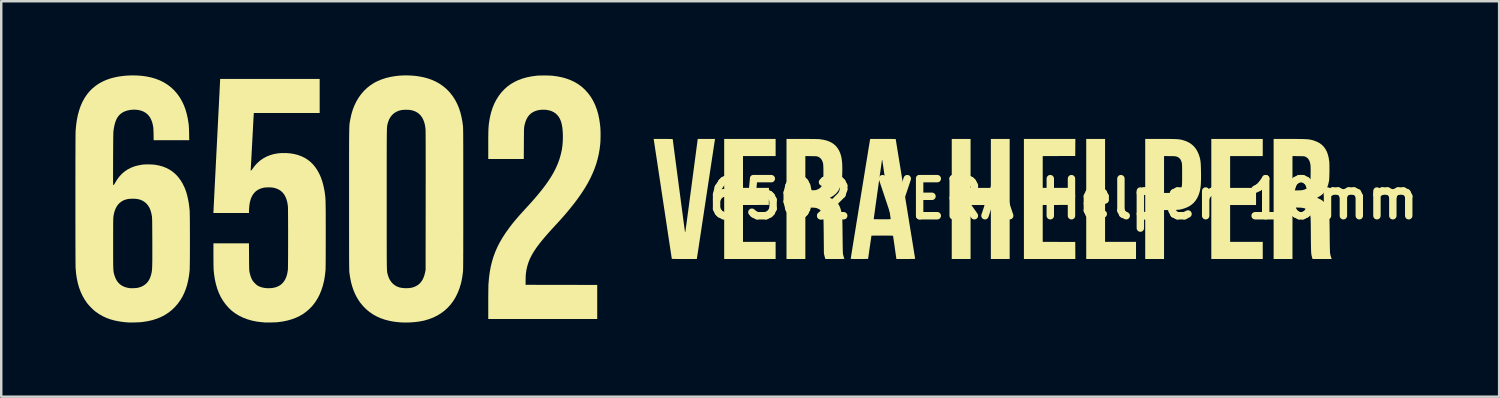
<source format=kicad_pcb>
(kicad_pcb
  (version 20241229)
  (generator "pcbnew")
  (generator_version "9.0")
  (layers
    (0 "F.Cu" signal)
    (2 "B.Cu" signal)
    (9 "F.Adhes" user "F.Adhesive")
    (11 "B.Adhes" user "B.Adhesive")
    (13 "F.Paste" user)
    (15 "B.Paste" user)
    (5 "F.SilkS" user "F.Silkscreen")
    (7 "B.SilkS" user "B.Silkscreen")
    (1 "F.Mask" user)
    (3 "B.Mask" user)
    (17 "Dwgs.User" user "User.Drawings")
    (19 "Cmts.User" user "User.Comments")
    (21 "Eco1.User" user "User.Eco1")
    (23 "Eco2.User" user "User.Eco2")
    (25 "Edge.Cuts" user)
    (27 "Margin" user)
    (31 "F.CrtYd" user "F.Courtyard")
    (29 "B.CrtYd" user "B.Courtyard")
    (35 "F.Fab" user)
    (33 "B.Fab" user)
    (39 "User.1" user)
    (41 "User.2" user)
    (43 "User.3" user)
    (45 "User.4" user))
  (footprint "6502 VERA Helper 10mm"
    (layer "F.Cu")
    (at 39.974 4.999)
    (property "Reference" "6502 VERA Helper 10mm" (at 0 0 0) (layer "F.SilkS") (effects (font (size 1.5 1.5) (thickness 0.3))))
    (attr board_only exclude_from_pos_files exclude_from_bom)
    (fp_poly (pts (xy 1.68 -0.347) (xy 1.68 1.735) (xy 2.306 1.735) (xy 2.932 1.735) (xy 2.932 2.081) (xy 2.932 2.428) (xy 1.925 2.428) (xy 0.918 2.428) (xy 0.918 0) (xy 0.918 -2.428) (xy 1.299 -2.428) (xy 1.68 -2.428)) (stroke (width 0) (type solid)) (fill yes) (layer "F.SilkS"))
    (fp_poly (pts (xy -11.647 -2.081) (xy -11.647 -1.735) (xy -12.307 -1.735) (xy -12.967 -1.735) (xy -12.967 -1.091) (xy -12.967 -0.448) (xy -12.442 -0.448) (xy -11.917 -0.448) (xy -11.919 -0.104) (xy -11.922 0.241) (xy -12.444 0.243) (xy -12.967 0.245) (xy -12.967 0.99) (xy -12.967 1.735) (xy -12.307 1.735) (xy -11.647 1.735) (xy -11.647 2.081) (xy -11.647 2.428) (xy -12.687 2.428) (xy -13.728 2.428) (xy -13.728 0) (xy -13.728 -2.428) (xy -12.687 -2.428) (xy -11.647 -2.428)) (stroke (width 0) (type solid)) (fill yes) (layer "F.SilkS"))
    (fp_poly (pts (xy -3.761 -1.438) (xy -3.761 -0.448) (xy -3.351 -0.448) (xy -2.94 -0.448) (xy -2.94 -1.438) (xy -2.94 -2.428) (xy -2.559 -2.428) (xy -2.179 -2.428) (xy -2.179 0) (xy -2.179 2.428) (xy -2.559 2.428) (xy -2.94 2.428) (xy -2.94 1.337) (xy -2.94 0.245) (xy -3.351 0.245) (xy -3.761 0.245) (xy -3.761 1.337) (xy -3.761 2.428) (xy -4.142 2.428) (xy -4.522 2.428) (xy -4.522 0) (xy -4.522 -2.428) (xy -4.142 -2.428) (xy -3.761 -2.428)) (stroke (width 0) (type solid)) (fill yes) (layer "F.SilkS"))
    (fp_poly (pts (xy 0.476 -2.084) (xy 0.474 -1.739) (xy -0.184 -1.737) (xy -0.842 -1.734) (xy -0.842 -1.091) (xy -0.842 -0.448) (xy -0.317 -0.448) (xy 0.207 -0.448) (xy 0.205 -0.104) (xy 0.203 0.241) (xy -0.319 0.243) (xy -0.842 0.245) (xy -0.842 0.99) (xy -0.842 1.734) (xy -0.184 1.737) (xy 0.474 1.739) (xy 0.476 2.084) (xy 0.478 2.428) (xy -0.563 2.428) (xy -1.603 2.428) (xy -1.603 0) (xy -1.603 -2.428) (xy -0.563 -2.428) (xy 0.478 -2.428)) (stroke (width 0) (type solid)) (fill yes) (layer "F.SilkS"))
    (fp_poly (pts (xy 8.059 -2.081) (xy 8.059 -1.735) (xy 7.399 -1.735) (xy 6.739 -1.735) (xy 6.739 -1.091) (xy 6.739 -0.448) (xy 7.264 -0.448) (xy 7.788 -0.448) (xy 7.788 -0.102) (xy 7.788 0.245) (xy 7.264 0.245) (xy 6.739 0.245) (xy 6.739 0.99) (xy 6.739 1.735) (xy 7.399 1.735) (xy 8.059 1.735) (xy 8.059 2.081) (xy 8.059 2.428) (xy 7.018 2.428) (xy 5.978 2.428) (xy 5.978 0) (xy 5.978 -2.428) (xy 7.018 -2.428) (xy 8.059 -2.428)) (stroke (width 0) (type solid)) (fill yes) (layer "F.SilkS"))
    (fp_poly (pts (xy 4.049 -2.428) (xy 4.163 -2.428) (xy 4.262 -2.428) (xy 4.349 -2.427) (xy 4.424 -2.426) (xy 4.489 -2.424) (xy 4.545 -2.422) (xy 4.594 -2.419) (xy 4.636 -2.416) (xy 4.674 -2.412) (xy 4.708 -2.407) (xy 4.74 -2.401) (xy 4.771 -2.394) (xy 4.803 -2.387) (xy 4.821 -2.382) (xy 4.946 -2.342) (xy 5.06 -2.29) (xy 5.162 -2.225) (xy 5.252 -2.149) (xy 5.331 -2.06) (xy 5.398 -1.958) (xy 5.453 -1.845) (xy 5.483 -1.766) (xy 5.499 -1.715) (xy 5.513 -1.666) (xy 5.524 -1.619) (xy 5.534 -1.57) (xy 5.541 -1.518) (xy 5.547 -1.461) (xy 5.552 -1.396) (xy 5.555 -1.321) (xy 5.558 -1.235) (xy 5.56 -1.135) (xy 5.561 -1.077) (xy 5.562 -0.949) (xy 5.562 -0.835) (xy 5.56 -0.735) (xy 5.557 -0.647) (xy 5.552 -0.568) (xy 5.545 -0.497) (xy 5.536 -0.432) (xy 5.525 -0.372) (xy 5.512 -0.314) (xy 5.499 -0.265) (xy 5.455 -0.139) (xy 5.401 -0.026) (xy 5.334 0.075) (xy 5.257 0.164) (xy 5.167 0.241) (xy 5.065 0.306) (xy 4.951 0.359) (xy 4.825 0.401) (xy 4.709 0.428) (xy 4.681 0.432) (xy 4.649 0.436) (xy 4.612 0.439) (xy 4.566 0.441) (xy 4.51 0.443) (xy 4.442 0.445) (xy 4.359 0.446) (xy 4.347 0.446) (xy 4.066 0.45) (xy 4.066 1.439) (xy 4.066 2.428) (xy 3.685 2.428) (xy 3.304 2.428) (xy 3.304 0) (xy 3.304 -0.99) (xy 4.066 -0.99) (xy 4.066 -0.245) (xy 4.282 -0.245) (xy 4.357 -0.246) (xy 4.416 -0.247) (xy 4.463 -0.248) (xy 4.499 -0.25) (xy 4.527 -0.254) (xy 4.547 -0.258) (xy 4.615 -0.283) (xy 4.673 -0.319) (xy 4.719 -0.365) (xy 4.752 -0.419) (xy 4.762 -0.442) (xy 4.77 -0.463) (xy 4.777 -0.485) (xy 4.783 -0.509) (xy 4.787 -0.536) (xy 4.791 -0.569) (xy 4.793 -0.608) (xy 4.795 -0.656) (xy 4.796 -0.713) (xy 4.797 -0.782) (xy 4.797 -0.865) (xy 4.797 -0.962) (xy 4.797 -0.99) (xy 4.797 -1.087) (xy 4.797 -1.168) (xy 4.797 -1.236) (xy 4.796 -1.291) (xy 4.795 -1.336) (xy 4.794 -1.372) (xy 4.792 -1.4) (xy 4.79 -1.423) (xy 4.788 -1.441) (xy 4.785 -1.457) (xy 4.782 -1.467) (xy 4.759 -1.54) (xy 4.73 -1.598) (xy 4.694 -1.643) (xy 4.65 -1.678) (xy 4.629 -1.69) (xy 4.602 -1.703) (xy 4.577 -1.713) (xy 4.551 -1.721) (xy 4.521 -1.726) (xy 4.485 -1.73) (xy 4.441 -1.733) (xy 4.386 -1.734) (xy 4.318 -1.734) (xy 4.283 -1.734) (xy 4.066 -1.735) (xy 4.066 -0.99) (xy 3.304 -0.99) (xy 3.304 -2.428) (xy 3.92 -2.428)) (stroke (width 0) (type solid)) (fill yes) (layer "F.SilkS"))
    (fp_poly (pts (xy -16.101 -2.428) (xy -16.022 -2.428) (xy -15.958 -2.427) (xy -15.907 -2.427) (xy -15.868 -2.425) (xy -15.84 -2.424) (xy -15.822 -2.422) (xy -15.812 -2.42) (xy -15.81 -2.418) (xy -15.809 -2.408) (xy -15.805 -2.383) (xy -15.8 -2.342) (xy -15.793 -2.288) (xy -15.784 -2.221) (xy -15.774 -2.141) (xy -15.762 -2.05) (xy -15.749 -1.949) (xy -15.734 -1.838) (xy -15.719 -1.719) (xy -15.702 -1.593) (xy -15.685 -1.46) (xy -15.666 -1.321) (xy -15.647 -1.177) (xy -15.628 -1.029) (xy -15.608 -0.879) (xy -15.588 -0.726) (xy -15.568 -0.572) (xy -15.547 -0.419) (xy -15.527 -0.265) (xy -15.507 -0.114) (xy -15.487 0.035) (xy -15.468 0.18) (xy -15.449 0.321) (xy -15.431 0.457) (xy -15.414 0.587) (xy -15.398 0.709) (xy -15.383 0.823) (xy -15.369 0.928) (xy -15.356 1.023) (xy -15.345 1.108) (xy -15.335 1.18) (xy -15.327 1.24) (xy -15.321 1.286) (xy -15.316 1.318) (xy -15.314 1.334) (xy -15.313 1.336) (xy -15.307 1.343) (xy -15.303 1.34) (xy -15.301 1.331) (xy -15.297 1.306) (xy -15.291 1.266) (xy -15.283 1.211) (xy -15.274 1.143) (xy -15.262 1.061) (xy -15.25 0.967) (xy -15.235 0.862) (xy -15.22 0.746) (xy -15.203 0.62) (xy -15.184 0.485) (xy -15.165 0.341) (xy -15.145 0.189) (xy -15.124 0.031) (xy -15.102 -0.134) (xy -15.079 -0.304) (xy -15.056 -0.479) (xy -15.047 -0.548) (xy -14.798 -2.428) (xy -14.448 -2.428) (xy -14.098 -2.428) (xy -14.103 -2.401) (xy -14.105 -2.39) (xy -14.109 -2.364) (xy -14.115 -2.322) (xy -14.124 -2.265) (xy -14.135 -2.194) (xy -14.148 -2.11) (xy -14.162 -2.013) (xy -14.179 -1.904) (xy -14.197 -1.784) (xy -14.217 -1.653) (xy -14.238 -1.513) (xy -14.261 -1.362) (xy -14.285 -1.204) (xy -14.31 -1.037) (xy -14.336 -0.863) (xy -14.364 -0.682) (xy -14.392 -0.496) (xy -14.421 -0.304) (xy -14.451 -0.107) (xy -14.468 0.008) (xy -14.498 0.207) (xy -14.528 0.402) (xy -14.556 0.591) (xy -14.584 0.775) (xy -14.611 0.953) (xy -14.637 1.124) (xy -14.661 1.287) (xy -14.685 1.441) (xy -14.707 1.587) (xy -14.728 1.723) (xy -14.747 1.849) (xy -14.764 1.964) (xy -14.78 2.068) (xy -14.794 2.159) (xy -14.806 2.237) (xy -14.816 2.301) (xy -14.823 2.351) (xy -14.829 2.386) (xy -14.832 2.405) (xy -14.832 2.409) (xy -14.837 2.428) (xy -15.34 2.428) (xy -15.45 2.428) (xy -15.543 2.428) (xy -15.622 2.428) (xy -15.687 2.427) (xy -15.739 2.426) (xy -15.78 2.425) (xy -15.81 2.424) (xy -15.83 2.422) (xy -15.842 2.42) (xy -15.847 2.418) (xy -15.847 2.418) (xy -15.849 2.409) (xy -15.853 2.383) (xy -15.859 2.343) (xy -15.867 2.287) (xy -15.878 2.218) (xy -15.891 2.135) (xy -15.905 2.04) (xy -15.921 1.932) (xy -15.939 1.813) (xy -15.959 1.683) (xy -15.98 1.543) (xy -16.003 1.394) (xy -16.027 1.236) (xy -16.052 1.07) (xy -16.078 0.897) (xy -16.105 0.717) (xy -16.133 0.531) (xy -16.162 0.339) (xy -16.192 0.143) (xy -16.211 0.017) (xy -16.241 -0.182) (xy -16.271 -0.377) (xy -16.299 -0.567) (xy -16.327 -0.752) (xy -16.354 -0.93) (xy -16.38 -1.102) (xy -16.405 -1.266) (xy -16.428 -1.421) (xy -16.45 -1.568) (xy -16.471 -1.705) (xy -16.49 -1.832) (xy -16.508 -1.948) (xy -16.524 -2.052) (xy -16.537 -2.144) (xy -16.549 -2.223) (xy -16.559 -2.288) (xy -16.567 -2.34) (xy -16.573 -2.376) (xy -16.576 -2.396) (xy -16.576 -2.401) (xy -16.581 -2.428) (xy -16.195 -2.428)) (stroke (width 0) (type solid)) (fill yes) (layer "F.SilkS"))
    (fp_poly (pts (xy 9.262 -2.428) (xy 9.383 -2.428) (xy 9.49 -2.427) (xy 9.584 -2.426) (xy 9.666 -2.425) (xy 9.738 -2.422) (xy 9.8 -2.419) (xy 9.855 -2.416) (xy 9.904 -2.411) (xy 9.948 -2.406) (xy 9.987 -2.399) (xy 10.025 -2.391) (xy 10.061 -2.382) (xy 10.097 -2.372) (xy 10.135 -2.36) (xy 10.145 -2.356) (xy 10.258 -2.312) (xy 10.359 -2.258) (xy 10.448 -2.192) (xy 10.525 -2.115) (xy 10.591 -2.027) (xy 10.645 -1.926) (xy 10.689 -1.813) (xy 10.722 -1.687) (xy 10.745 -1.548) (xy 10.75 -1.504) (xy 10.753 -1.462) (xy 10.755 -1.408) (xy 10.757 -1.343) (xy 10.757 -1.271) (xy 10.757 -1.194) (xy 10.757 -1.114) (xy 10.755 -1.035) (xy 10.753 -0.959) (xy 10.751 -0.888) (xy 10.748 -0.825) (xy 10.744 -0.773) (xy 10.74 -0.734) (xy 10.738 -0.723) (xy 10.709 -0.592) (xy 10.668 -0.474) (xy 10.617 -0.369) (xy 10.556 -0.277) (xy 10.483 -0.198) (xy 10.4 -0.132) (xy 10.33 -0.091) (xy 10.3 -0.075) (xy 10.276 -0.061) (xy 10.263 -0.051) (xy 10.261 -0.048) (xy 10.27 -0.042) (xy 10.29 -0.032) (xy 10.318 -0.019) (xy 10.326 -0.016) (xy 10.409 0.024) (xy 10.483 0.075) (xy 10.547 0.137) (xy 10.603 0.211) (xy 10.65 0.297) (xy 10.688 0.396) (xy 10.719 0.51) (xy 10.743 0.638) (xy 10.747 0.663) (xy 10.749 0.684) (xy 10.752 0.71) (xy 10.754 0.742) (xy 10.756 0.781) (xy 10.757 0.829) (xy 10.759 0.885) (xy 10.76 0.953) (xy 10.762 1.031) (xy 10.763 1.123) (xy 10.764 1.228) (xy 10.766 1.349) (xy 10.767 1.447) (xy 10.768 1.591) (xy 10.77 1.721) (xy 10.771 1.836) (xy 10.773 1.936) (xy 10.775 2.02) (xy 10.777 2.088) (xy 10.779 2.141) (xy 10.781 2.177) (xy 10.783 2.195) (xy 10.798 2.274) (xy 10.817 2.343) (xy 10.834 2.39) (xy 10.851 2.428) (xy 10.463 2.428) (xy 10.074 2.428) (xy 10.057 2.371) (xy 10.049 2.345) (xy 10.042 2.321) (xy 10.036 2.297) (xy 10.031 2.273) (xy 10.027 2.247) (xy 10.023 2.219) (xy 10.019 2.186) (xy 10.017 2.147) (xy 10.014 2.102) (xy 10.013 2.049) (xy 10.011 1.986) (xy 10.01 1.914) (xy 10.008 1.829) (xy 10.007 1.732) (xy 10.006 1.621) (xy 10.005 1.494) (xy 10.005 1.455) (xy 10.004 1.327) (xy 10.003 1.215) (xy 10.002 1.117) (xy 10.001 1.033) (xy 10 0.961) (xy 9.999 0.901) (xy 9.997 0.85) (xy 9.996 0.809) (xy 9.995 0.775) (xy 9.993 0.748) (xy 9.991 0.726) (xy 9.989 0.709) (xy 9.986 0.695) (xy 9.985 0.688) (xy 9.967 0.619) (xy 9.947 0.564) (xy 9.924 0.519) (xy 9.896 0.48) (xy 9.866 0.449) (xy 9.83 0.421) (xy 9.793 0.398) (xy 9.75 0.379) (xy 9.7 0.366) (xy 9.64 0.356) (xy 9.569 0.351) (xy 9.485 0.348) (xy 9.432 0.347) (xy 9.261 0.347) (xy 9.261 1.388) (xy 9.261 2.428) (xy 8.88 2.428) (xy 8.499 2.428) (xy 8.499 0) (xy 8.499 -1.041) (xy 9.261 -1.041) (xy 9.261 -0.347) (xy 9.432 -0.347) (xy 9.503 -0.348) (xy 9.567 -0.35) (xy 9.62 -0.353) (xy 9.659 -0.358) (xy 9.667 -0.359) (xy 9.747 -0.38) (xy 9.816 -0.413) (xy 9.873 -0.457) (xy 9.919 -0.514) (xy 9.956 -0.585) (xy 9.977 -0.647) (xy 9.981 -0.671) (xy 9.985 -0.709) (xy 9.988 -0.758) (xy 9.991 -0.818) (xy 9.993 -0.885) (xy 9.995 -0.956) (xy 9.996 -1.03) (xy 9.997 -1.103) (xy 9.997 -1.174) (xy 9.996 -1.24) (xy 9.994 -1.298) (xy 9.992 -1.346) (xy 9.989 -1.382) (xy 9.988 -1.388) (xy 9.969 -1.477) (xy 9.942 -1.552) (xy 9.905 -1.614) (xy 9.859 -1.663) (xy 9.802 -1.7) (xy 9.778 -1.711) (xy 9.763 -1.716) (xy 9.748 -1.721) (xy 9.73 -1.724) (xy 9.709 -1.727) (xy 9.68 -1.729) (xy 9.642 -1.73) (xy 9.593 -1.731) (xy 9.53 -1.732) (xy 9.495 -1.733) (xy 9.261 -1.736) (xy 9.261 -1.041) (xy 8.499 -1.041) (xy 8.499 -2.428) (xy 9.126 -2.428)) (stroke (width 0) (type solid)) (fill yes) (layer "F.SilkS"))
    (fp_poly (pts (xy -10.456 -2.428) (xy -10.34 -2.428) (xy -10.235 -2.427) (xy -10.141 -2.426) (xy -10.059 -2.425) (xy -9.99 -2.424) (xy -9.935 -2.423) (xy -9.895 -2.421) (xy -9.872 -2.419) (xy -9.729 -2.398) (xy -9.599 -2.368) (xy -9.483 -2.327) (xy -9.38 -2.276) (xy -9.289 -2.214) (xy -9.209 -2.142) (xy -9.141 -2.057) (xy -9.083 -1.962) (xy -9.035 -1.854) (xy -9.023 -1.818) (xy -8.999 -1.739) (xy -8.981 -1.655) (xy -8.967 -1.563) (xy -8.957 -1.458) (xy -8.955 -1.437) (xy -8.952 -1.378) (xy -8.95 -1.308) (xy -8.949 -1.231) (xy -8.949 -1.15) (xy -8.951 -1.068) (xy -8.953 -0.988) (xy -8.956 -0.912) (xy -8.959 -0.845) (xy -8.964 -0.788) (xy -8.969 -0.749) (xy -8.994 -0.619) (xy -9.03 -0.501) (xy -9.075 -0.397) (xy -9.123 -0.316) (xy -9.173 -0.254) (xy -9.233 -0.194) (xy -9.3 -0.139) (xy -9.369 -0.094) (xy -9.411 -0.073) (xy -9.436 -0.06) (xy -9.445 -0.049) (xy -9.439 -0.04) (xy -9.423 -0.033) (xy -9.329 0.011) (xy -9.248 0.062) (xy -9.179 0.121) (xy -9.12 0.191) (xy -9.071 0.273) (xy -9.031 0.367) (xy -8.998 0.476) (xy -8.994 0.493) (xy -8.986 0.528) (xy -8.979 0.56) (xy -8.973 0.593) (xy -8.967 0.625) (xy -8.963 0.66) (xy -8.959 0.699) (xy -8.955 0.742) (xy -8.952 0.791) (xy -8.95 0.847) (xy -8.947 0.911) (xy -8.946 0.986) (xy -8.944 1.071) (xy -8.943 1.169) (xy -8.941 1.28) (xy -8.94 1.406) (xy -8.939 1.485) (xy -8.937 1.62) (xy -8.936 1.744) (xy -8.934 1.855) (xy -8.933 1.952) (xy -8.931 2.036) (xy -8.929 2.106) (xy -8.927 2.161) (xy -8.925 2.201) (xy -8.923 2.224) (xy -8.923 2.227) (xy -8.915 2.261) (xy -8.904 2.303) (xy -8.89 2.348) (xy -8.877 2.388) (xy -8.867 2.414) (xy -8.867 2.417) (xy -8.869 2.42) (xy -8.875 2.422) (xy -8.887 2.424) (xy -8.906 2.426) (xy -8.933 2.427) (xy -8.97 2.427) (xy -9.018 2.428) (xy -9.079 2.428) (xy -9.154 2.428) (xy -9.244 2.428) (xy -9.247 2.428) (xy -9.633 2.428) (xy -9.642 2.405) (xy -9.648 2.387) (xy -9.656 2.358) (xy -9.666 2.321) (xy -9.673 2.293) (xy -9.694 2.204) (xy -9.701 1.493) (xy -9.702 1.361) (xy -9.704 1.244) (xy -9.705 1.143) (xy -9.706 1.055) (xy -9.707 0.979) (xy -9.709 0.915) (xy -9.71 0.862) (xy -9.712 0.818) (xy -9.713 0.783) (xy -9.715 0.755) (xy -9.717 0.734) (xy -9.72 0.717) (xy -9.72 0.715) (xy -9.74 0.628) (xy -9.766 0.557) (xy -9.799 0.498) (xy -9.84 0.45) (xy -9.891 0.413) (xy -9.952 0.383) (xy -9.984 0.372) (xy -10.005 0.366) (xy -10.025 0.361) (xy -10.049 0.357) (xy -10.078 0.354) (xy -10.114 0.352) (xy -10.162 0.351) (xy -10.223 0.349) (xy -10.244 0.349) (xy -10.445 0.345) (xy -10.445 1.387) (xy -10.445 2.428) (xy -10.826 2.428) (xy -11.207 2.428) (xy -11.207 0) (xy -11.207 -1.04) (xy -10.445 -1.04) (xy -10.445 -0.345) (xy -10.244 -0.349) (xy -10.175 -0.351) (xy -10.12 -0.353) (xy -10.078 -0.355) (xy -10.045 -0.358) (xy -10.02 -0.362) (xy -10 -0.367) (xy -9.997 -0.368) (xy -9.922 -0.398) (xy -9.86 -0.437) (xy -9.81 -0.486) (xy -9.771 -0.547) (xy -9.741 -0.62) (xy -9.728 -0.669) (xy -9.724 -0.688) (xy -9.721 -0.71) (xy -9.719 -0.736) (xy -9.717 -0.768) (xy -9.716 -0.808) (xy -9.715 -0.858) (xy -9.714 -0.92) (xy -9.714 -0.996) (xy -9.714 -1.049) (xy -9.714 -1.143) (xy -9.715 -1.222) (xy -9.716 -1.289) (xy -9.719 -1.343) (xy -9.722 -1.389) (xy -9.727 -1.428) (xy -9.734 -1.461) (xy -9.742 -1.491) (xy -9.753 -1.519) (xy -9.765 -1.548) (xy -9.773 -1.563) (xy -9.808 -1.62) (xy -9.854 -1.665) (xy -9.911 -1.7) (xy -9.935 -1.711) (xy -9.951 -1.716) (xy -9.966 -1.721) (xy -9.983 -1.724) (xy -10.005 -1.727) (xy -10.033 -1.729) (xy -10.07 -1.73) (xy -10.118 -1.731) (xy -10.18 -1.732) (xy -10.215 -1.733) (xy -10.445 -1.736) (xy -10.445 -1.04) (xy -11.207 -1.04) (xy -11.207 -2.428) (xy -10.58 -2.428)) (stroke (width 0) (type solid)) (fill yes) (layer "F.SilkS"))
    (fp_poly (pts (xy -20.916 -4.995) (xy -20.841 -4.993) (xy -20.772 -4.991) (xy -20.714 -4.988) (xy -20.675 -4.985) (xy -20.474 -4.958) (xy -20.287 -4.92) (xy -20.111 -4.87) (xy -19.947 -4.81) (xy -19.793 -4.738) (xy -19.65 -4.654) (xy -19.515 -4.558) (xy -19.494 -4.541) (xy -19.463 -4.515) (xy -19.425 -4.48) (xy -19.384 -4.441) (xy -19.344 -4.401) (xy -19.333 -4.39) (xy -19.218 -4.259) (xy -19.115 -4.116) (xy -19.024 -3.961) (xy -18.945 -3.794) (xy -18.878 -3.616) (xy -18.823 -3.426) (xy -18.781 -3.223) (xy -18.75 -3.009) (xy -18.737 -2.877) (xy -18.733 -2.805) (xy -18.73 -2.721) (xy -18.729 -2.63) (xy -18.729 -2.536) (xy -18.731 -2.443) (xy -18.733 -2.355) (xy -18.738 -2.276) (xy -18.741 -2.229) (xy -18.766 -2.023) (xy -18.801 -1.821) (xy -18.847 -1.621) (xy -18.903 -1.424) (xy -18.971 -1.228) (xy -19.051 -1.033) (xy -19.143 -0.836) (xy -19.247 -0.639) (xy -19.365 -0.439) (xy -19.496 -0.236) (xy -19.641 -0.028) (xy -19.8 0.184) (xy -19.974 0.402) (xy -20.041 0.482) (xy -20.106 0.56) (xy -20.17 0.635) (xy -20.235 0.71) (xy -20.303 0.786) (xy -20.375 0.867) (xy -20.454 0.954) (xy -20.542 1.049) (xy -20.59 1.101) (xy -20.732 1.256) (xy -20.862 1.401) (xy -20.98 1.537) (xy -21.087 1.664) (xy -21.184 1.785) (xy -21.271 1.898) (xy -21.348 2.007) (xy -21.417 2.11) (xy -21.478 2.21) (xy -21.531 2.306) (xy -21.578 2.401) (xy -21.618 2.495) (xy -21.653 2.588) (xy -21.683 2.682) (xy -21.685 2.689) (xy -21.712 2.795) (xy -21.733 2.899) (xy -21.748 3.006) (xy -21.757 3.12) (xy -21.761 3.245) (xy -21.761 3.287) (xy -21.762 3.473) (xy -20.313 3.475) (xy -18.864 3.478) (xy -18.864 4.167) (xy -18.864 4.857) (xy -21.068 4.857) (xy -23.272 4.857) (xy -23.272 4.207) (xy -23.272 4.1) (xy -23.272 3.996) (xy -23.271 3.895) (xy -23.27 3.799) (xy -23.269 3.711) (xy -23.268 3.632) (xy -23.267 3.563) (xy -23.266 3.506) (xy -23.265 3.462) (xy -23.263 3.435) (xy -23.242 3.192) (xy -23.212 2.962) (xy -23.172 2.743) (xy -23.121 2.534) (xy -23.06 2.331) (xy -22.987 2.135) (xy -22.902 1.941) (xy -22.804 1.75) (xy -22.692 1.559) (xy -22.566 1.366) (xy -22.43 1.176) (xy -22.363 1.088) (xy -22.296 1.001) (xy -22.226 0.915) (xy -22.152 0.826) (xy -22.073 0.734) (xy -21.987 0.636) (xy -21.892 0.531) (xy -21.786 0.416) (xy -21.762 0.389) (xy -21.596 0.208) (xy -21.443 0.036) (xy -21.302 -0.128) (xy -21.173 -0.284) (xy -21.055 -0.433) (xy -20.947 -0.576) (xy -20.85 -0.714) (xy -20.761 -0.848) (xy -20.682 -0.978) (xy -20.61 -1.106) (xy -20.546 -1.232) (xy -20.489 -1.358) (xy -20.438 -1.483) (xy -20.393 -1.61) (xy -20.384 -1.638) (xy -20.334 -1.815) (xy -20.295 -1.991) (xy -20.27 -2.171) (xy -20.256 -2.356) (xy -20.253 -2.55) (xy -20.254 -2.589) (xy -20.261 -2.733) (xy -20.272 -2.862) (xy -20.29 -2.978) (xy -20.313 -3.08) (xy -20.343 -3.171) (xy -20.379 -3.252) (xy -20.422 -3.324) (xy -20.472 -3.387) (xy -20.48 -3.396) (xy -20.553 -3.464) (xy -20.635 -3.518) (xy -20.726 -3.56) (xy -20.827 -3.589) (xy -20.939 -3.606) (xy -20.988 -3.61) (xy -21.109 -3.61) (xy -21.224 -3.597) (xy -21.33 -3.571) (xy -21.427 -3.533) (xy -21.513 -3.483) (xy -21.55 -3.455) (xy -21.617 -3.391) (xy -21.675 -3.317) (xy -21.723 -3.232) (xy -21.763 -3.135) (xy -21.796 -3.023) (xy -21.81 -2.959) (xy -21.814 -2.942) (xy -21.816 -2.925) (xy -21.819 -2.906) (xy -21.821 -2.885) (xy -21.823 -2.86) (xy -21.824 -2.83) (xy -21.826 -2.794) (xy -21.827 -2.749) (xy -21.828 -2.695) (xy -21.828 -2.631) (xy -21.829 -2.556) (xy -21.83 -2.467) (xy -21.831 -2.364) (xy -21.831 -2.245) (xy -21.831 -2.244) (xy -21.835 -1.616) (xy -22.553 -1.616) (xy -23.272 -1.616) (xy -23.272 -2.19) (xy -23.272 -2.317) (xy -23.272 -2.429) (xy -23.271 -2.527) (xy -23.27 -2.614) (xy -23.269 -2.689) (xy -23.267 -2.756) (xy -23.265 -2.815) (xy -23.262 -2.869) (xy -23.259 -2.919) (xy -23.255 -2.966) (xy -23.25 -3.013) (xy -23.244 -3.06) (xy -23.238 -3.109) (xy -23.203 -3.313) (xy -23.156 -3.507) (xy -23.096 -3.691) (xy -23.025 -3.863) (xy -22.941 -4.025) (xy -22.845 -4.175) (xy -22.738 -4.314) (xy -22.619 -4.44) (xy -22.489 -4.555) (xy -22.358 -4.65) (xy -22.216 -4.734) (xy -22.063 -4.806) (xy -21.898 -4.868) (xy -21.721 -4.918) (xy -21.532 -4.957) (xy -21.33 -4.985) (xy -21.326 -4.985) (xy -21.28 -4.989) (xy -21.221 -4.992) (xy -21.151 -4.994) (xy -21.075 -4.995) (xy -20.995 -4.995)) (stroke (width 0) (type solid)) (fill yes) (layer "F.SilkS"))
    (fp_poly (pts (xy -7.214 -2.428) (xy -7.128 -2.428) (xy -7.048 -2.428) (xy -6.976 -2.428) (xy -6.914 -2.427) (xy -6.863 -2.427) (xy -6.824 -2.426) (xy -6.799 -2.426) (xy -6.79 -2.425) (xy -6.79 -2.425) (xy -6.79 -2.425) (xy -6.79 -2.424) (xy -6.79 -2.423) (xy -6.789 -2.42) (xy -6.788 -2.415) (xy -6.787 -2.407) (xy -6.786 -2.396) (xy -6.783 -2.382) (xy -6.78 -2.364) (xy -6.777 -2.341) (xy -6.772 -2.313) (xy -6.767 -2.28) (xy -6.76 -2.24) (xy -6.753 -2.193) (xy -6.744 -2.14) (xy -6.734 -2.078) (xy -6.723 -2.009) (xy -6.71 -1.93) (xy -6.696 -1.843) (xy -6.68 -1.745) (xy -6.662 -1.637) (xy -6.643 -1.518) (xy -6.622 -1.388) (xy -6.598 -1.246) (xy -6.573 -1.091) (xy -6.546 -0.923) (xy -6.517 -0.742) (xy -6.485 -0.547) (xy -6.451 -0.337) (xy -6.414 -0.112) (xy -6.375 0.128) (xy -6.333 0.385) (xy -6.329 0.409) (xy -6.3 0.591) (xy -6.271 0.768) (xy -6.243 0.941) (xy -6.216 1.107) (xy -6.19 1.267) (xy -6.165 1.42) (xy -6.141 1.564) (xy -6.119 1.7) (xy -6.099 1.827) (xy -6.08 1.943) (xy -6.063 2.049) (xy -6.048 2.143) (xy -6.035 2.224) (xy -6.024 2.292) (xy -6.015 2.347) (xy -6.008 2.387) (xy -6.004 2.412) (xy -6.003 2.42) (xy -6.011 2.422) (xy -6.035 2.424) (xy -6.074 2.425) (xy -6.126 2.427) (xy -6.19 2.427) (xy -6.266 2.428) (xy -6.351 2.428) (xy -6.382 2.428) (xy -6.762 2.428) (xy -6.828 1.965) (xy -6.84 1.878) (xy -6.852 1.796) (xy -6.863 1.721) (xy -6.873 1.654) (xy -6.881 1.596) (xy -6.888 1.549) (xy -6.894 1.515) (xy -6.897 1.496) (xy -6.898 1.491) (xy -6.902 1.489) (xy -6.914 1.487) (xy -6.935 1.485) (xy -6.965 1.484) (xy -7.006 1.483) (xy -7.06 1.482) (xy -7.126 1.481) (xy -7.207 1.481) (xy -7.303 1.481) (xy -7.337 1.481) (xy -7.421 1.481) (xy -7.499 1.481) (xy -7.571 1.481) (xy -7.634 1.482) (xy -7.687 1.483) (xy -7.729 1.484) (xy -7.757 1.484) (xy -7.771 1.485) (xy -7.771 1.486) (xy -7.773 1.495) (xy -7.776 1.519) (xy -7.781 1.557) (xy -7.789 1.607) (xy -7.797 1.668) (xy -7.808 1.738) (xy -7.819 1.815) (xy -7.831 1.899) (xy -7.839 1.954) (xy -7.852 2.041) (xy -7.864 2.123) (xy -7.874 2.197) (xy -7.884 2.264) (xy -7.892 2.321) (xy -7.899 2.367) (xy -7.904 2.4) (xy -7.906 2.419) (xy -7.907 2.423) (xy -7.915 2.424) (xy -7.938 2.425) (xy -7.975 2.426) (xy -8.023 2.427) (xy -8.082 2.428) (xy -8.148 2.428) (xy -8.221 2.428) (xy -8.258 2.428) (xy -8.345 2.428) (xy -8.416 2.428) (xy -8.473 2.428) (xy -8.518 2.427) (xy -8.552 2.426) (xy -8.576 2.425) (xy -8.592 2.423) (xy -8.602 2.421) (xy -8.607 2.418) (xy -8.609 2.415) (xy -8.609 2.414) (xy -8.608 2.405) (xy -8.604 2.38) (xy -8.597 2.34) (xy -8.589 2.285) (xy -8.578 2.217) (xy -8.565 2.137) (xy -8.55 2.044) (xy -8.533 1.94) (xy -8.515 1.827) (xy -8.495 1.703) (xy -8.474 1.571) (xy -8.451 1.432) (xy -8.427 1.285) (xy -8.402 1.132) (xy -8.377 0.973) (xy -8.351 0.815) (xy -7.678 0.815) (xy -7.67 0.817) (xy -7.647 0.818) (xy -7.61 0.819) (xy -7.562 0.819) (xy -7.504 0.82) (xy -7.438 0.82) (xy -7.366 0.821) (xy -7.336 0.821) (xy -7.25 0.821) (xy -7.181 0.821) (xy -7.125 0.82) (xy -7.081 0.82) (xy -7.048 0.819) (xy -7.025 0.817) (xy -7.009 0.816) (xy -7 0.813) (xy -6.995 0.811) (xy -6.993 0.807) (xy -6.993 0.806) (xy -6.995 0.794) (xy -6.998 0.767) (xy -7.004 0.726) (xy -7.011 0.671) (xy -7.02 0.605) (xy -7.031 0.528) (xy -7.043 0.441) (xy -7.057 0.346) (xy -7.071 0.243) (xy -7.086 0.134) (xy -7.103 0.02) (xy -7.119 -0.097) (xy -7.136 -0.218) (xy -7.154 -0.34) (xy -7.171 -0.462) (xy -7.189 -0.584) (xy -7.206 -0.704) (xy -7.223 -0.821) (xy -7.239 -0.934) (xy -7.255 -1.041) (xy -7.269 -1.142) (xy -7.283 -1.236) (xy -7.295 -1.32) (xy -7.306 -1.395) (xy -7.316 -1.459) (xy -7.323 -1.51) (xy -7.329 -1.548) (xy -7.333 -1.572) (xy -7.334 -1.579) (xy -7.343 -1.582) (xy -7.344 -1.581) (xy -7.345 -1.573) (xy -7.349 -1.549) (xy -7.354 -1.51) (xy -7.362 -1.458) (xy -7.371 -1.394) (xy -7.381 -1.319) (xy -7.393 -1.234) (xy -7.407 -1.14) (xy -7.421 -1.039) (xy -7.436 -0.931) (xy -7.452 -0.818) (xy -7.468 -0.701) (xy -7.485 -0.581) (xy -7.502 -0.459) (xy -7.519 -0.336) (xy -7.537 -0.214) (xy -7.553 -0.093) (xy -7.57 0.025) (xy -7.586 0.139) (xy -7.601 0.248) (xy -7.615 0.351) (xy -7.628 0.447) (xy -7.64 0.534) (xy -7.651 0.612) (xy -7.66 0.678) (xy -7.668 0.733) (xy -7.673 0.775) (xy -7.677 0.803) (xy -7.678 0.815) (xy -7.678 0.815) (xy -8.351 0.815) (xy -8.35 0.81) (xy -8.323 0.644) (xy -8.296 0.474) (xy -8.268 0.302) (xy -8.24 0.128) (xy -8.211 -0.046) (xy -8.183 -0.22) (xy -8.155 -0.392) (xy -8.127 -0.563) (xy -8.1 -0.732) (xy -8.073 -0.896) (xy -8.047 -1.057) (xy -8.022 -1.213) (xy -7.998 -1.362) (xy -7.974 -1.505) (xy -7.952 -1.641) (xy -7.931 -1.768) (xy -7.912 -1.886) (xy -7.895 -1.994) (xy -7.879 -2.092) (xy -7.864 -2.178) (xy -7.852 -2.252) (xy -7.842 -2.312) (xy -7.835 -2.359) (xy -7.829 -2.391) (xy -7.827 -2.407) (xy -7.826 -2.409) (xy -7.822 -2.428) (xy -7.306 -2.428)) (stroke (width 0) (type solid)) (fill yes) (layer "F.SilkS"))
    (fp_poly (pts (xy -30.092 -4.167) (xy -30.092 -3.477) (xy -31.423 -3.477) (xy -32.755 -3.477) (xy -32.761 -3.408) (xy -32.762 -3.39) (xy -32.764 -3.357) (xy -32.766 -3.31) (xy -32.77 -3.248) (xy -32.774 -3.175) (xy -32.779 -3.09) (xy -32.784 -2.994) (xy -32.789 -2.89) (xy -32.795 -2.778) (xy -32.802 -2.659) (xy -32.808 -2.534) (xy -32.815 -2.405) (xy -32.82 -2.31) (xy -32.827 -2.178) (xy -32.834 -2.05) (xy -32.841 -1.927) (xy -32.847 -1.81) (xy -32.853 -1.701) (xy -32.858 -1.599) (xy -32.863 -1.507) (xy -32.868 -1.425) (xy -32.872 -1.356) (xy -32.875 -1.298) (xy -32.877 -1.255) (xy -32.879 -1.227) (xy -32.88 -1.216) (xy -32.882 -1.183) (xy -32.882 -1.164) (xy -32.879 -1.154) (xy -32.873 -1.151) (xy -32.869 -1.151) (xy -32.856 -1.158) (xy -32.836 -1.18) (xy -32.811 -1.216) (xy -32.808 -1.22) (xy -32.716 -1.344) (xy -32.613 -1.456) (xy -32.5 -1.555) (xy -32.377 -1.64) (xy -32.245 -1.712) (xy -32.104 -1.77) (xy -31.955 -1.814) (xy -31.797 -1.843) (xy -31.633 -1.858) (xy -31.461 -1.858) (xy -31.459 -1.858) (xy -31.287 -1.845) (xy -31.125 -1.819) (xy -30.975 -1.78) (xy -30.833 -1.729) (xy -30.701 -1.665) (xy -30.602 -1.605) (xy -30.486 -1.518) (xy -30.379 -1.416) (xy -30.281 -1.301) (xy -30.193 -1.173) (xy -30.114 -1.031) (xy -30.045 -0.877) (xy -29.986 -0.71) (xy -29.938 -0.532) (xy -29.899 -0.342) (xy -29.888 -0.272) (xy -29.883 -0.236) (xy -29.878 -0.201) (xy -29.874 -0.168) (xy -29.87 -0.135) (xy -29.866 -0.101) (xy -29.863 -0.065) (xy -29.86 -0.027) (xy -29.858 0.014) (xy -29.855 0.06) (xy -29.854 0.111) (xy -29.852 0.169) (xy -29.851 0.233) (xy -29.85 0.306) (xy -29.849 0.387) (xy -29.848 0.478) (xy -29.847 0.58) (xy -29.847 0.693) (xy -29.847 0.819) (xy -29.847 0.958) (xy -29.846 1.111) (xy -29.846 1.28) (xy -29.846 1.447) (xy -29.846 1.641) (xy -29.847 1.822) (xy -29.847 1.99) (xy -29.847 2.145) (xy -29.848 2.287) (xy -29.848 2.414) (xy -29.849 2.527) (xy -29.85 2.626) (xy -29.851 2.709) (xy -29.852 2.777) (xy -29.853 2.828) (xy -29.854 2.864) (xy -29.855 2.877) (xy -29.879 3.097) (xy -29.914 3.306) (xy -29.962 3.503) (xy -30.022 3.689) (xy -30.094 3.863) (xy -30.177 4.025) (xy -30.273 4.176) (xy -30.38 4.314) (xy -30.499 4.441) (xy -30.63 4.555) (xy -30.76 4.65) (xy -30.902 4.733) (xy -31.056 4.806) (xy -31.222 4.868) (xy -31.399 4.918) (xy -31.586 4.957) (xy -31.78 4.983) (xy -31.813 4.986) (xy -31.858 4.989) (xy -31.913 4.991) (xy -31.974 4.993) (xy -32.038 4.995) (xy -32.102 4.996) (xy -32.162 4.997) (xy -32.217 4.997) (xy -32.261 4.997) (xy -32.293 4.996) (xy -32.3 4.996) (xy -32.377 4.989) (xy -32.44 4.983) (xy -32.492 4.978) (xy -32.536 4.973) (xy -32.573 4.969) (xy -32.608 4.964) (xy -32.643 4.958) (xy -32.651 4.957) (xy -32.842 4.918) (xy -33.023 4.865) (xy -33.194 4.8) (xy -33.353 4.722) (xy -33.502 4.632) (xy -33.624 4.541) (xy -33.655 4.515) (xy -33.694 4.48) (xy -33.735 4.441) (xy -33.775 4.401) (xy -33.785 4.39) (xy -33.899 4.26) (xy -34.001 4.119) (xy -34.092 3.967) (xy -34.17 3.803) (xy -34.237 3.627) (xy -34.291 3.439) (xy -34.335 3.24) (xy -34.366 3.028) (xy -34.381 2.873) (xy -34.383 2.844) (xy -34.384 2.8) (xy -34.386 2.743) (xy -34.387 2.675) (xy -34.388 2.598) (xy -34.389 2.514) (xy -34.389 2.425) (xy -34.39 2.333) (xy -34.39 2.279) (xy -34.39 1.794) (xy -33.671 1.794) (xy -32.953 1.794) (xy -32.949 2.333) (xy -32.949 2.445) (xy -32.948 2.541) (xy -32.947 2.623) (xy -32.946 2.692) (xy -32.945 2.75) (xy -32.944 2.798) (xy -32.943 2.837) (xy -32.941 2.87) (xy -32.939 2.896) (xy -32.936 2.919) (xy -32.934 2.938) (xy -32.931 2.953) (xy -32.914 3.028) (xy -32.892 3.104) (xy -32.866 3.178) (xy -32.839 3.243) (xy -32.822 3.274) (xy -32.793 3.319) (xy -32.754 3.367) (xy -32.709 3.415) (xy -32.662 3.459) (xy -32.617 3.495) (xy -32.594 3.51) (xy -32.512 3.55) (xy -32.419 3.58) (xy -32.318 3.6) (xy -32.212 3.61) (xy -32.104 3.61) (xy -31.997 3.6) (xy -31.894 3.578) (xy -31.858 3.568) (xy -31.762 3.529) (xy -31.676 3.477) (xy -31.6 3.411) (xy -31.535 3.333) (xy -31.48 3.241) (xy -31.436 3.136) (xy -31.403 3.019) (xy -31.381 2.889) (xy -31.378 2.867) (xy -31.377 2.847) (xy -31.376 2.811) (xy -31.375 2.761) (xy -31.374 2.697) (xy -31.373 2.622) (xy -31.372 2.535) (xy -31.371 2.439) (xy -31.371 2.334) (xy -31.37 2.222) (xy -31.37 2.104) (xy -31.37 1.981) (xy -31.369 1.854) (xy -31.369 1.724) (xy -31.369 1.593) (xy -31.369 1.462) (xy -31.369 1.333) (xy -31.369 1.205) (xy -31.37 1.08) (xy -31.37 0.961) (xy -31.371 0.847) (xy -31.371 0.74) (xy -31.372 0.641) (xy -31.373 0.552) (xy -31.373 0.473) (xy -31.374 0.406) (xy -31.375 0.352) (xy -31.376 0.312) (xy -31.378 0.288) (xy -31.378 0.284) (xy -31.399 0.15) (xy -31.43 0.03) (xy -31.471 -0.077) (xy -31.522 -0.171) (xy -31.584 -0.252) (xy -31.656 -0.32) (xy -31.739 -0.376) (xy -31.833 -0.419) (xy -31.938 -0.451) (xy -31.953 -0.454) (xy -32.011 -0.463) (xy -32.081 -0.468) (xy -32.157 -0.47) (xy -32.233 -0.468) (xy -32.306 -0.463) (xy -32.369 -0.453) (xy -32.385 -0.45) (xy -32.489 -0.418) (xy -32.583 -0.374) (xy -32.666 -0.318) (xy -32.738 -0.248) (xy -32.8 -0.166) (xy -32.851 -0.071) (xy -32.891 0.037) (xy -32.921 0.159) (xy -32.94 0.293) (xy -32.949 0.421) (xy -32.954 0.567) (xy -33.672 0.567) (xy -34.39 0.567) (xy -34.39 0.535) (xy -34.389 0.524) (xy -34.388 0.497) (xy -34.386 0.454) (xy -34.383 0.397) (xy -34.38 0.325) (xy -34.375 0.239) (xy -34.37 0.14) (xy -34.365 0.029) (xy -34.359 -0.093) (xy -34.352 -0.227) (xy -34.345 -0.371) (xy -34.337 -0.525) (xy -34.329 -0.688) (xy -34.32 -0.86) (xy -34.311 -1.039) (xy -34.301 -1.226) (xy -34.292 -1.419) (xy -34.281 -1.617) (xy -34.271 -1.822) (xy -34.26 -2.03) (xy -34.254 -2.145) (xy -34.244 -2.355) (xy -34.233 -2.562) (xy -34.223 -2.764) (xy -34.213 -2.96) (xy -34.203 -3.15) (xy -34.194 -3.333) (xy -34.185 -3.509) (xy -34.176 -3.677) (xy -34.168 -3.836) (xy -34.161 -3.985) (xy -34.154 -4.125) (xy -34.147 -4.254) (xy -34.141 -4.371) (xy -34.136 -4.477) (xy -34.131 -4.569) (xy -34.128 -4.649) (xy -34.124 -4.714) (xy -34.122 -4.765) (xy -34.12 -4.801) (xy -34.119 -4.821) (xy -34.119 -4.825) (xy -34.119 -4.857) (xy -32.105 -4.857) (xy -30.092 -4.857)) (stroke (width 0) (type solid)) (fill yes) (layer "F.SilkS"))
    (fp_poly (pts (xy -26.462 -4.997) (xy -26.258 -4.983) (xy -26.119 -4.966) (xy -25.921 -4.93) (xy -25.733 -4.882) (xy -25.556 -4.82) (xy -25.391 -4.746) (xy -25.236 -4.658) (xy -25.092 -4.558) (xy -24.959 -4.445) (xy -24.837 -4.319) (xy -24.726 -4.18) (xy -24.692 -4.132) (xy -24.604 -3.991) (xy -24.527 -3.842) (xy -24.46 -3.683) (xy -24.404 -3.514) (xy -24.358 -3.334) (xy -24.321 -3.141) (xy -24.299 -2.978) (xy -24.297 -2.966) (xy -24.296 -2.952) (xy -24.295 -2.938) (xy -24.293 -2.921) (xy -24.292 -2.903) (xy -24.291 -2.881) (xy -24.29 -2.856) (xy -24.29 -2.827) (xy -24.289 -2.793) (xy -24.288 -2.754) (xy -24.287 -2.709) (xy -24.287 -2.658) (xy -24.286 -2.6) (xy -24.286 -2.535) (xy -24.285 -2.462) (xy -24.285 -2.381) (xy -24.285 -2.29) (xy -24.284 -2.19) (xy -24.284 -2.079) (xy -24.284 -1.958) (xy -24.284 -1.825) (xy -24.284 -1.681) (xy -24.283 -1.524) (xy -24.283 -1.355) (xy -24.283 -1.171) (xy -24.283 -0.974) (xy -24.283 -0.762) (xy -24.283 -0.535) (xy -24.283 -0.292) (xy -24.283 -0.033) (xy -24.283 0) (xy -24.283 0.261) (xy -24.283 0.506) (xy -24.283 0.735) (xy -24.283 0.949) (xy -24.283 1.148) (xy -24.283 1.333) (xy -24.283 1.504) (xy -24.284 1.662) (xy -24.284 1.808) (xy -24.284 1.942) (xy -24.284 2.065) (xy -24.284 2.176) (xy -24.285 2.278) (xy -24.285 2.37) (xy -24.285 2.452) (xy -24.286 2.527) (xy -24.286 2.593) (xy -24.287 2.651) (xy -24.287 2.703) (xy -24.288 2.749) (xy -24.289 2.788) (xy -24.29 2.823) (xy -24.29 2.853) (xy -24.291 2.878) (xy -24.292 2.9) (xy -24.293 2.919) (xy -24.294 2.936) (xy -24.296 2.951) (xy -24.297 2.964) (xy -24.298 2.977) (xy -24.299 2.978) (xy -24.315 3.099) (xy -24.334 3.216) (xy -24.355 3.325) (xy -24.378 3.423) (xy -24.38 3.431) (xy -24.438 3.621) (xy -24.509 3.8) (xy -24.591 3.967) (xy -24.685 4.122) (xy -24.791 4.265) (xy -24.908 4.395) (xy -25.037 4.514) (xy -25.177 4.619) (xy -25.327 4.712) (xy -25.489 4.792) (xy -25.661 4.859) (xy -25.843 4.913) (xy -25.905 4.928) (xy -26.069 4.959) (xy -26.244 4.981) (xy -26.426 4.994) (xy -26.61 4.999) (xy -26.792 4.994) (xy -26.836 4.991) (xy -27.046 4.97) (xy -27.245 4.936) (xy -27.433 4.889) (xy -27.611 4.829) (xy -27.778 4.756) (xy -27.934 4.669) (xy -28.079 4.57) (xy -28.214 4.458) (xy -28.337 4.333) (xy -28.45 4.195) (xy -28.51 4.109) (xy -28.591 3.977) (xy -28.662 3.838) (xy -28.724 3.691) (xy -28.777 3.534) (xy -28.822 3.367) (xy -28.859 3.187) (xy -28.888 2.995) (xy -28.889 2.984) (xy -28.891 2.972) (xy -28.892 2.958) (xy -28.893 2.942) (xy -28.894 2.923) (xy -28.895 2.9) (xy -28.896 2.874) (xy -28.897 2.843) (xy -28.897 2.808) (xy -28.898 2.767) (xy -28.899 2.719) (xy -28.899 2.665) (xy -28.9 2.604) (xy -28.9 2.536) (xy -28.901 2.459) (xy -28.901 2.373) (xy -28.901 2.277) (xy -28.902 2.172) (xy -28.902 2.057) (xy -28.902 1.93) (xy -28.902 1.792) (xy -28.902 1.642) (xy -28.903 1.479) (xy -28.903 1.302) (xy -28.903 1.113) (xy -28.903 0.908) (xy -28.903 0.689) (xy -28.903 0.455) (xy -28.903 0.204) (xy -28.903 0) (xy -28.903 -0.265) (xy -28.903 -0.513) (xy -28.903 -0.62) (xy -27.38 -0.62) (xy -27.38 -0.381) (xy -27.38 -0.126) (xy -27.38 0) (xy -27.38 0.263) (xy -27.38 0.509) (xy -27.38 0.739) (xy -27.38 0.955) (xy -27.38 1.155) (xy -27.38 1.341) (xy -27.38 1.514) (xy -27.38 1.674) (xy -27.379 1.821) (xy -27.379 1.956) (xy -27.379 2.08) (xy -27.379 2.193) (xy -27.378 2.296) (xy -27.378 2.389) (xy -27.377 2.472) (xy -27.376 2.548) (xy -27.376 2.615) (xy -27.375 2.674) (xy -27.374 2.727) (xy -27.372 2.773) (xy -27.371 2.813) (xy -27.37 2.848) (xy -27.368 2.879) (xy -27.367 2.905) (xy -27.365 2.927) (xy -27.363 2.946) (xy -27.361 2.963) (xy -27.358 2.978) (xy -27.356 2.991) (xy -27.353 3.004) (xy -27.35 3.016) (xy -27.347 3.028) (xy -27.343 3.041) (xy -27.342 3.048) (xy -27.307 3.16) (xy -27.26 3.261) (xy -27.202 3.35) (xy -27.133 3.427) (xy -27.054 3.49) (xy -26.966 3.541) (xy -26.868 3.577) (xy -26.86 3.579) (xy -26.778 3.596) (xy -26.687 3.606) (xy -26.591 3.61) (xy -26.496 3.606) (xy -26.407 3.596) (xy -26.365 3.588) (xy -26.32 3.576) (xy -26.271 3.558) (xy -26.224 3.539) (xy -26.212 3.534) (xy -26.128 3.486) (xy -26.055 3.428) (xy -25.991 3.358) (xy -25.936 3.277) (xy -25.891 3.183) (xy -25.853 3.075) (xy -25.825 2.959) (xy -25.807 2.873) (xy -25.804 0.072) (xy -25.804 -0.226) (xy -25.804 -0.507) (xy -25.803 -0.771) (xy -25.803 -1.019) (xy -25.803 -1.25) (xy -25.803 -1.465) (xy -25.804 -1.663) (xy -25.804 -1.846) (xy -25.804 -2.013) (xy -25.804 -2.164) (xy -25.805 -2.299) (xy -25.805 -2.418) (xy -25.806 -2.522) (xy -25.806 -2.611) (xy -25.807 -2.685) (xy -25.808 -2.743) (xy -25.809 -2.786) (xy -25.809 -2.815) (xy -25.81 -2.826) (xy -25.828 -2.963) (xy -25.857 -3.086) (xy -25.897 -3.197) (xy -25.947 -3.294) (xy -26.009 -3.379) (xy -26.08 -3.45) (xy -26.163 -3.509) (xy -26.256 -3.554) (xy -26.361 -3.587) (xy -26.369 -3.589) (xy -26.428 -3.599) (xy -26.498 -3.606) (xy -26.574 -3.609) (xy -26.65 -3.608) (xy -26.722 -3.604) (xy -26.785 -3.596) (xy -26.8 -3.593) (xy -26.908 -3.563) (xy -27.005 -3.519) (xy -27.091 -3.462) (xy -27.166 -3.393) (xy -27.23 -3.311) (xy -27.283 -3.217) (xy -27.324 -3.11) (xy -27.342 -3.048) (xy -27.345 -3.034) (xy -27.348 -3.022) (xy -27.352 -3.009) (xy -27.354 -2.997) (xy -27.357 -2.984) (xy -27.359 -2.97) (xy -27.362 -2.955) (xy -27.364 -2.937) (xy -27.366 -2.916) (xy -27.367 -2.891) (xy -27.369 -2.863) (xy -27.371 -2.831) (xy -27.372 -2.793) (xy -27.373 -2.749) (xy -27.374 -2.7) (xy -27.375 -2.644) (xy -27.376 -2.58) (xy -27.377 -2.509) (xy -27.377 -2.429) (xy -27.378 -2.341) (xy -27.378 -2.243) (xy -27.379 -2.135) (xy -27.379 -2.016) (xy -27.379 -1.886) (xy -27.38 -1.745) (xy -27.38 -1.591) (xy -27.38 -1.425) (xy -27.38 -1.245) (xy -27.38 -1.051) (xy -27.38 -0.843) (xy -27.38 -0.62) (xy -28.903 -0.62) (xy -28.903 -0.746) (xy -28.903 -0.964) (xy -28.903 -1.166) (xy -28.903 -1.355) (xy -28.903 -1.53) (xy -28.903 -1.693) (xy -28.903 -1.843) (xy -28.902 -1.981) (xy -28.902 -2.107) (xy -28.902 -2.223) (xy -28.901 -2.329) (xy -28.901 -2.425) (xy -28.9 -2.513) (xy -28.899 -2.591) (xy -28.898 -2.662) (xy -28.897 -2.726) (xy -28.896 -2.783) (xy -28.895 -2.833) (xy -28.893 -2.878) (xy -28.892 -2.918) (xy -28.89 -2.954) (xy -28.888 -2.985) (xy -28.886 -3.014) (xy -28.883 -3.039) (xy -28.881 -3.062) (xy -28.878 -3.083) (xy -28.875 -3.104) (xy -28.871 -3.124) (xy -28.868 -3.143) (xy -28.864 -3.164) (xy -28.86 -3.185) (xy -28.856 -3.208) (xy -28.851 -3.232) (xy -28.809 -3.425) (xy -28.754 -3.61) (xy -28.686 -3.784) (xy -28.606 -3.949) (xy -28.514 -4.103) (xy -28.41 -4.246) (xy -28.295 -4.378) (xy -28.17 -4.497) (xy -28.034 -4.604) (xy -27.888 -4.698) (xy -27.756 -4.766) (xy -27.597 -4.833) (xy -27.426 -4.889) (xy -27.246 -4.934) (xy -27.058 -4.967) (xy -26.863 -4.989) (xy -26.664 -4.999)) (stroke (width 0) (type solid)) (fill yes) (layer "F.SilkS"))
    (fp_poly (pts (xy -37.46 -4.994) (xy -37.269 -4.979) (xy -37.114 -4.957) (xy -36.922 -4.919) (xy -36.741 -4.867) (xy -36.57 -4.802) (xy -36.41 -4.724) (xy -36.261 -4.633) (xy -36.123 -4.53) (xy -35.996 -4.413) (xy -35.879 -4.283) (xy -35.837 -4.229) (xy -35.742 -4.093) (xy -35.659 -3.948) (xy -35.586 -3.794) (xy -35.524 -3.63) (xy -35.473 -3.454) (xy -35.43 -3.266) (xy -35.398 -3.065) (xy -35.392 -3.021) (xy -35.387 -2.965) (xy -35.382 -2.894) (xy -35.378 -2.81) (xy -35.375 -2.713) (xy -35.374 -2.642) (xy -35.369 -2.378) (xy -36.089 -2.378) (xy -36.808 -2.378) (xy -36.812 -2.621) (xy -36.814 -2.715) (xy -36.817 -2.793) (xy -36.82 -2.856) (xy -36.825 -2.905) (xy -36.83 -2.94) (xy -36.857 -3.065) (xy -36.895 -3.177) (xy -36.941 -3.274) (xy -36.998 -3.359) (xy -37.065 -3.432) (xy -37.143 -3.492) (xy -37.232 -3.541) (xy -37.245 -3.547) (xy -37.34 -3.58) (xy -37.444 -3.602) (xy -37.553 -3.612) (xy -37.664 -3.611) (xy -37.775 -3.599) (xy -37.881 -3.576) (xy -37.98 -3.542) (xy -38.029 -3.519) (xy -38.104 -3.474) (xy -38.17 -3.421) (xy -38.228 -3.36) (xy -38.279 -3.288) (xy -38.322 -3.206) (xy -38.358 -3.111) (xy -38.389 -3.004) (xy -38.414 -2.882) (xy -38.435 -2.745) (xy -38.436 -2.737) (xy -38.437 -2.715) (xy -38.439 -2.676) (xy -38.44 -2.621) (xy -38.442 -2.549) (xy -38.443 -2.461) (xy -38.444 -2.358) (xy -38.445 -2.238) (xy -38.446 -2.103) (xy -38.447 -1.952) (xy -38.448 -1.786) (xy -38.449 -1.61) (xy -38.449 -1.455) (xy -38.45 -1.316) (xy -38.45 -1.192) (xy -38.45 -1.082) (xy -38.45 -0.986) (xy -38.451 -0.903) (xy -38.45 -0.831) (xy -38.45 -0.769) (xy -38.45 -0.718) (xy -38.449 -0.676) (xy -38.449 -0.642) (xy -38.448 -0.615) (xy -38.447 -0.595) (xy -38.446 -0.58) (xy -38.444 -0.57) (xy -38.442 -0.564) (xy -38.441 -0.56) (xy -38.438 -0.559) (xy -38.436 -0.558) (xy -38.436 -0.558) (xy -38.426 -0.563) (xy -38.413 -0.578) (xy -38.395 -0.604) (xy -38.372 -0.644) (xy -38.367 -0.653) (xy -38.283 -0.79) (xy -38.191 -0.912) (xy -38.09 -1.02) (xy -37.979 -1.114) (xy -37.859 -1.195) (xy -37.729 -1.262) (xy -37.589 -1.317) (xy -37.437 -1.358) (xy -37.275 -1.387) (xy -37.267 -1.388) (xy -37.212 -1.393) (xy -37.145 -1.397) (xy -37.071 -1.398) (xy -36.992 -1.398) (xy -36.914 -1.396) (xy -36.842 -1.392) (xy -36.779 -1.387) (xy -36.755 -1.384) (xy -36.59 -1.354) (xy -36.437 -1.311) (xy -36.293 -1.254) (xy -36.16 -1.184) (xy -36.036 -1.1) (xy -35.923 -1.003) (xy -35.819 -0.892) (xy -35.725 -0.767) (xy -35.64 -0.629) (xy -35.565 -0.476) (xy -35.533 -0.399) (xy -35.487 -0.27) (xy -35.447 -0.126) (xy -35.412 0.031) (xy -35.383 0.199) (xy -35.361 0.378) (xy -35.353 0.461) (xy -35.351 0.49) (xy -35.349 0.535) (xy -35.348 0.593) (xy -35.347 0.665) (xy -35.345 0.748) (xy -35.344 0.841) (xy -35.343 0.943) (xy -35.343 1.053) (xy -35.342 1.17) (xy -35.342 1.292) (xy -35.341 1.417) (xy -35.341 1.545) (xy -35.341 1.675) (xy -35.341 1.804) (xy -35.341 1.933) (xy -35.341 2.058) (xy -35.342 2.18) (xy -35.342 2.297) (xy -35.343 2.407) (xy -35.344 2.51) (xy -35.345 2.604) (xy -35.346 2.687) (xy -35.348 2.76) (xy -35.349 2.819) (xy -35.351 2.864) (xy -35.352 2.894) (xy -35.353 2.898) (xy -35.378 3.105) (xy -35.413 3.298) (xy -35.456 3.478) (xy -35.509 3.647) (xy -35.572 3.804) (xy -35.644 3.952) (xy -35.726 4.089) (xy -35.831 4.236) (xy -35.946 4.369) (xy -36.072 4.49) (xy -36.207 4.597) (xy -36.353 4.692) (xy -36.51 4.774) (xy -36.678 4.843) (xy -36.857 4.9) (xy -37.047 4.944) (xy -37.249 4.975) (xy -37.284 4.979) (xy -37.325 4.983) (xy -37.38 4.987) (xy -37.443 4.99) (xy -37.513 4.993) (xy -37.584 4.995) (xy -37.654 4.997) (xy -37.719 4.997) (xy -37.777 4.997) (xy -37.822 4.996) (xy -37.842 4.995) (xy -38.042 4.977) (xy -38.229 4.949) (xy -38.404 4.913) (xy -38.568 4.866) (xy -38.721 4.81) (xy -38.866 4.743) (xy -39.003 4.665) (xy -39.133 4.576) (xy -39.188 4.535) (xy -39.24 4.49) (xy -39.298 4.435) (xy -39.359 4.374) (xy -39.417 4.312) (xy -39.47 4.251) (xy -39.506 4.205) (xy -39.603 4.064) (xy -39.688 3.915) (xy -39.761 3.756) (xy -39.824 3.588) (xy -39.875 3.408) (xy -39.916 3.218) (xy -39.946 3.016) (xy -39.965 2.8) (xy -39.965 2.797) (xy -39.966 2.775) (xy -39.967 2.738) (xy -39.968 2.685) (xy -39.968 2.618) (xy -39.969 2.537) (xy -39.97 2.444) (xy -39.97 2.338) (xy -39.971 2.22) (xy -39.971 2.093) (xy -39.972 1.956) (xy -39.972 1.809) (xy -39.972 1.802) (xy -38.447 1.802) (xy -38.447 1.961) (xy -38.447 2.105) (xy -38.447 2.233) (xy -38.447 2.347) (xy -38.446 2.448) (xy -38.446 2.538) (xy -38.445 2.616) (xy -38.444 2.684) (xy -38.442 2.744) (xy -38.441 2.795) (xy -38.439 2.839) (xy -38.436 2.878) (xy -38.433 2.911) (xy -38.43 2.94) (xy -38.426 2.966) (xy -38.421 2.99) (xy -38.416 3.012) (xy -38.41 3.035) (xy -38.404 3.059) (xy -38.396 3.084) (xy -38.396 3.084) (xy -38.357 3.194) (xy -38.307 3.292) (xy -38.246 3.377) (xy -38.174 3.449) (xy -38.091 3.508) (xy -37.999 3.553) (xy -37.896 3.585) (xy -37.842 3.596) (xy -37.81 3.601) (xy -37.783 3.606) (xy -37.767 3.609) (xy -37.766 3.609) (xy -37.747 3.611) (xy -37.715 3.611) (xy -37.673 3.611) (xy -37.627 3.609) (xy -37.578 3.606) (xy -37.531 3.603) (xy -37.49 3.599) (xy -37.458 3.595) (xy -37.448 3.593) (xy -37.339 3.562) (xy -37.242 3.519) (xy -37.157 3.463) (xy -37.083 3.396) (xy -37.019 3.315) (xy -36.967 3.222) (xy -36.926 3.116) (xy -36.895 2.996) (xy -36.894 2.996) (xy -36.889 2.968) (xy -36.884 2.938) (xy -36.88 2.906) (xy -36.876 2.871) (xy -36.873 2.83) (xy -36.87 2.784) (xy -36.868 2.732) (xy -36.866 2.672) (xy -36.865 2.604) (xy -36.863 2.526) (xy -36.862 2.438) (xy -36.862 2.338) (xy -36.862 2.226) (xy -36.862 2.101) (xy -36.862 1.962) (xy -36.862 1.807) (xy -36.863 1.692) (xy -36.863 1.545) (xy -36.864 1.413) (xy -36.865 1.296) (xy -36.865 1.193) (xy -36.866 1.103) (xy -36.867 1.025) (xy -36.867 0.958) (xy -36.868 0.901) (xy -36.869 0.852) (xy -36.871 0.812) (xy -36.872 0.778) (xy -36.874 0.751) (xy -36.875 0.728) (xy -36.877 0.709) (xy -36.879 0.693) (xy -36.88 0.69) (xy -36.904 0.568) (xy -36.935 0.461) (xy -36.974 0.366) (xy -37.022 0.284) (xy -37.078 0.211) (xy -37.115 0.173) (xy -37.186 0.114) (xy -37.262 0.068) (xy -37.345 0.032) (xy -37.437 0.008) (xy -37.539 -0.007) (xy -37.654 -0.011) (xy -37.656 -0.011) (xy -37.769 -0.007) (xy -37.869 0.006) (xy -37.959 0.03) (xy -38.041 0.063) (xy -38.107 0.102) (xy -38.184 0.16) (xy -38.251 0.23) (xy -38.307 0.31) (xy -38.354 0.402) (xy -38.392 0.508) (xy -38.421 0.626) (xy -38.432 0.687) (xy -38.434 0.703) (xy -38.436 0.719) (xy -38.438 0.737) (xy -38.44 0.759) (xy -38.441 0.784) (xy -38.442 0.814) (xy -38.443 0.85) (xy -38.444 0.893) (xy -38.445 0.944) (xy -38.445 1.003) (xy -38.446 1.072) (xy -38.446 1.152) (xy -38.446 1.244) (xy -38.447 1.348) (xy -38.447 1.466) (xy -38.447 1.599) (xy -38.447 1.747) (xy -38.447 1.802) (xy -39.972 1.802) (xy -39.973 1.655) (xy -39.973 1.494) (xy -39.973 1.326) (xy -39.973 1.152) (xy -39.974 0.973) (xy -39.974 0.791) (xy -39.974 0.605) (xy -39.974 0.417) (xy -39.974 0.227) (xy -39.974 0.036) (xy -39.974 -0.154) (xy -39.974 -0.344) (xy -39.974 -0.532) (xy -39.974 -0.718) (xy -39.974 -0.901) (xy -39.973 -1.08) (xy -39.973 -1.254) (xy -39.973 -1.422) (xy -39.973 -1.584) (xy -39.972 -1.739) (xy -39.972 -1.885) (xy -39.971 -2.023) (xy -39.971 -2.151) (xy -39.97 -2.269) (xy -39.97 -2.376) (xy -39.969 -2.47) (xy -39.969 -2.552) (xy -39.968 -2.62) (xy -39.967 -2.673) (xy -39.966 -2.712) (xy -39.966 -2.733) (xy -39.947 -2.964) (xy -39.917 -3.183) (xy -39.876 -3.388) (xy -39.824 -3.581) (xy -39.762 -3.761) (xy -39.688 -3.929) (xy -39.603 -4.084) (xy -39.506 -4.227) (xy -39.399 -4.358) (xy -39.28 -4.476) (xy -39.149 -4.583) (xy -39.008 -4.677) (xy -38.854 -4.759) (xy -38.722 -4.817) (xy -38.566 -4.872) (xy -38.398 -4.917) (xy -38.22 -4.953) (xy -38.035 -4.978) (xy -37.845 -4.994) (xy -37.653 -4.999)) (stroke (width 0) (type solid)) (fill yes) (layer "F.SilkS")))
  (gr_rect
    (start -3 -3)
    (end 57.596 12.998)
    (stroke (width 0.1) (type default))
    (fill no)
    (layer "Edge.Cuts")))
</source>
